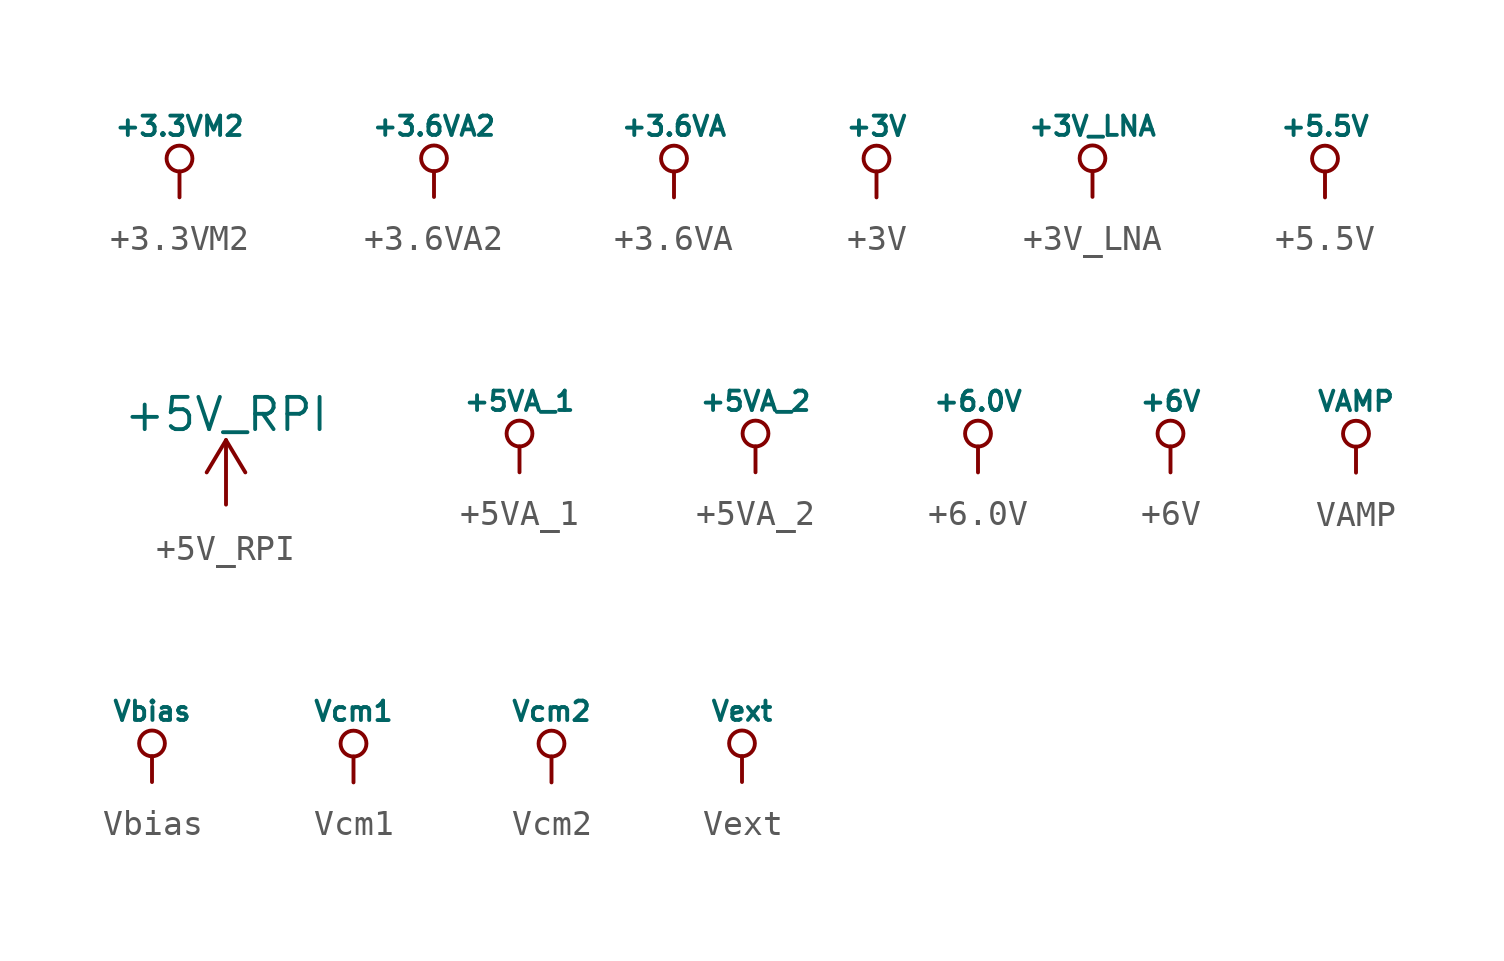
<source format=kicad_sym>
(kicad_symbol_lib
  (version 20241209)
  (generator "kicad_symbol_editor")
  (generator_version "9.0")
  (symbol "+3.3VM2"
    (power)
    (pin_names
      (offset 0))
    (property "Reference" "#PWR"
      (at 0 -1.016 0)
      (effects (font (size 0.762 0.762)) (hide yes)))
    (property "Value" "+3.3VM2"
      (at 0 2.794 0)
      (effects (font (size 0.762 0.762))))
    (property "Footprint" ""
      (at 0 0 0)
      (effects (font (size 1.524 1.524))))
    (property "Datasheet" ""
      (at 0 0 0)
      (effects (font (size 1.524 1.524))))
    (symbol "+3.3VM2_0_0"
      (pin power_in line (at 0 0 90) (length 0) (hide yes) (name "+3.3VM2" (effects (font (size 0.762 0.762)))) (number "1" (effects (font (size 0.762 0.762))))))
    (symbol "+3.3VM2_0_1"
      (circle (center 0 1.524) (radius 0.508) (stroke (width 0) (type default)) (fill (type none)))
      (polyline (pts (xy 0 0) (xy 0 1.016) (xy 0 1.016)) (stroke (width 0) (type default)) (fill (type none)))))
  (symbol "+3.6VA2"
    (power)
    (pin_names
      (offset 0))
    (property "Reference" "#PWR"
      (at 0 -1.016 0)
      (effects (font (size 0.762 0.762)) (hide yes)))
    (property "Value" "+3.6VA2"
      (at 0 2.794 0)
      (effects (font (size 0.762 0.762))))
    (property "Footprint" ""
      (at 0 0 0)
      (effects (font (size 1.524 1.524))))
    (property "Datasheet" ""
      (at 0 0 0)
      (effects (font (size 1.524 1.524))))
    (symbol "+3.6VA2_0_0"
      (pin power_in line (at 0 0 90) (length 0) (hide yes) (name "+3.6VA2" (effects (font (size 0.762 0.762)))) (number "1" (effects (font (size 0.762 0.762))))))
    (symbol "+3.6VA2_0_1"
      (circle (center 0 1.524) (radius 0.508) (stroke (width 0) (type default)) (fill (type none)))
      (polyline (pts (xy 0 0) (xy 0 1.016) (xy 0 1.016)) (stroke (width 0) (type default)) (fill (type none)))))
  (symbol "+3.6VA"
    (power)
    (pin_names
      (offset 0))
    (property "Reference" "#PWR"
      (at 0 -1.016 0)
      (effects (font (size 0.762 0.762)) (hide yes)))
    (property "Value" "+3.6VA"
      (at 0 2.794 0)
      (effects (font (size 0.762 0.762))))
    (property "Footprint" ""
      (at 0 0 0)
      (effects (font (size 1.524 1.524))))
    (property "Datasheet" ""
      (at 0 0 0)
      (effects (font (size 1.524 1.524))))
    (symbol "+3.6VA_0_0"
      (pin power_in line (at 0 0 90) (length 0) (hide yes) (name "+3.6VA" (effects (font (size 0.762 0.762)))) (number "1" (effects (font (size 0.762 0.762))))))
    (symbol "+3.6VA_0_1"
      (circle (center 0 1.524) (radius 0.508) (stroke (width 0) (type default)) (fill (type none)))
      (polyline (pts (xy 0 0) (xy 0 1.016) (xy 0 1.016)) (stroke (width 0) (type default)) (fill (type none)))))
  (symbol "+3V"
    (power)
    (pin_names
      (offset 0))
    (property "Reference" "#PWR"
      (at 0 -1.016 0)
      (effects (font (size 0.762 0.762)) (hide yes)))
    (property "Value" "+3V"
      (at 0 2.794 0)
      (effects (font (size 0.762 0.762))))
    (property "Footprint" ""
      (at 0 0 0)
      (effects (font (size 1.524 1.524))))
    (property "Datasheet" ""
      (at 0 0 0)
      (effects (font (size 1.524 1.524))))
    (symbol "+3V_0_0"
      (pin power_in line (at 0 0 90) (length 0) (hide yes) (name "+3V" (effects (font (size 0.762 0.762)))) (number "1" (effects (font (size 0.762 0.762))))))
    (symbol "+3V_0_1"
      (circle (center 0 1.524) (radius 0.508) (stroke (width 0) (type default)) (fill (type none)))
      (polyline (pts (xy 0 0) (xy 0 1.016) (xy 0 1.016)) (stroke (width 0) (type default)) (fill (type none)))))
  (symbol "+3V_LNA"
    (power)
    (pin_names
      (offset 0))
    (property "Reference" "#PWR"
      (at 0 -1.016 0)
      (effects (font (size 0.762 0.762)) (hide yes)))
    (property "Value" "+3V_LNA"
      (at 0 2.794 0)
      (effects (font (size 0.762 0.762))))
    (property "Footprint" ""
      (at 0 0 0)
      (effects (font (size 1.524 1.524))))
    (property "Datasheet" ""
      (at 0 0 0)
      (effects (font (size 1.524 1.524))))
    (symbol "+3V_LNA_0_0"
      (pin power_in line (at 0 0 90) (length 0) (hide yes) (name "+3V_LNA" (effects (font (size 0.762 0.762)))) (number "1" (effects (font (size 0.762 0.762))))))
    (symbol "+3V_LNA_0_1"
      (circle (center 0 1.524) (radius 0.508) (stroke (width 0) (type default)) (fill (type none)))
      (polyline (pts (xy 0 0) (xy 0 1.016) (xy 0 1.016)) (stroke (width 0) (type default)) (fill (type none)))))
  (symbol "+5.5V"
    (power)
    (pin_names
      (offset 0))
    (property "Reference" "#PWR"
      (at 0 -1.016 0)
      (effects (font (size 0.762 0.762)) (hide yes)))
    (property "Value" "+5.5V"
      (at 0 2.794 0)
      (effects (font (size 0.762 0.762))))
    (property "Footprint" ""
      (at 0 0 0)
      (effects (font (size 1.524 1.524))))
    (property "Datasheet" ""
      (at 0 0 0)
      (effects (font (size 1.524 1.524))))
    (symbol "+5.5V_0_0"
      (pin power_in line (at 0 0 90) (length 0) (hide yes) (name "+5.5V" (effects (font (size 0.762 0.762)))) (number "1" (effects (font (size 0.762 0.762))))))
    (symbol "+5.5V_0_1"
      (circle (center 0 1.524) (radius 0.508) (stroke (width 0) (type default)) (fill (type none)))
      (polyline (pts (xy 0 0) (xy 0 1.016) (xy 0 1.016)) (stroke (width 0) (type default)) (fill (type none)))))
  (symbol "+5V_RPI"
    (power)
    (pin_names
      (offset 0))
    (property "Reference" "#PWR"
      (at 0 -3.81 0)
      (effects (font (size 1.27 1.27)) (hide yes)))
    (property "Value" "+5V_RPI"
      (at 0 3.556 0)
      (effects (font (size 1.27 1.27))))
    (symbol "+5V_RPI_0_1"
      (polyline (pts (xy -0.762 1.27) (xy 0 2.54)) (stroke (width 0) (type default)) (fill (type none)))
      (polyline (pts (xy 0 2.54) (xy 0.762 1.27)) (stroke (width 0) (type default)) (fill (type none)))
      (polyline (pts (xy 0 0) (xy 0 2.54)) (stroke (width 0) (type default)) (fill (type none))))
    (symbol "+5V_RPI_1_1"
      (pin power_in line (at 0 0 90) (length 0) (hide yes) (name "+5V_RPI" (effects (font (size 1.27 1.27)))) (number "1" (effects (font (size 1.27 1.27)))))))
  (symbol "+5VA_1"
    (power)
    (pin_names
      (offset 0))
    (property "Reference" "#PWR"
      (at 0 -1.016 0)
      (effects (font (size 0.762 0.762)) (hide yes)))
    (property "Value" "+5VA_1"
      (at 0 2.794 0)
      (effects (font (size 0.762 0.762))))
    (property "Footprint" ""
      (at 0 0 0)
      (effects (font (size 1.524 1.524))))
    (property "Datasheet" ""
      (at 0 0 0)
      (effects (font (size 1.524 1.524))))
    (symbol "+5VA_1_0_1"
      (circle (center 0 1.524) (radius 0.508) (stroke (width 0) (type default)) (fill (type none)))
      (polyline (pts (xy 0 0) (xy 0 1.016) (xy 0 1.016)) (stroke (width 0) (type default)) (fill (type none))))
    (symbol "+5VA_1_1_0"
      (pin power_in line (at 0 0 90) (length 0) (hide yes) (name "+5VA_1" (effects (font (size 0.762 0.762)))) (number "1" (effects (font (size 0.762 0.762)))))))
  (symbol "+5VA_2"
    (power)
    (pin_names
      (offset 0))
    (property "Reference" "#PWR"
      (at 0 -1.016 0)
      (effects (font (size 0.762 0.762)) (hide yes)))
    (property "Value" "+5VA_2"
      (at 0 2.794 0)
      (effects (font (size 0.762 0.762))))
    (property "Footprint" ""
      (at 0 0 0)
      (effects (font (size 1.524 1.524))))
    (property "Datasheet" ""
      (at 0 0 0)
      (effects (font (size 1.524 1.524))))
    (symbol "+5VA_2_0_1"
      (circle (center 0 1.524) (radius 0.508) (stroke (width 0) (type default)) (fill (type none)))
      (polyline (pts (xy 0 0) (xy 0 1.016) (xy 0 1.016)) (stroke (width 0) (type default)) (fill (type none))))
    (symbol "+5VA_2_1_0"
      (pin power_in line (at 0 0 90) (length 0) (hide yes) (name "+5VA_2" (effects (font (size 0.762 0.762)))) (number "1" (effects (font (size 0.762 0.762)))))))
  (symbol "+6.0V"
    (power)
    (pin_names
      (offset 0))
    (property "Reference" "#PWR"
      (at 0 -1.016 0)
      (effects (font (size 0.762 0.762)) (hide yes)))
    (property "Value" "+6.0V"
      (at 0 2.794 0)
      (effects (font (size 0.762 0.762))))
    (property "Footprint" ""
      (at 0 0 0)
      (effects (font (size 1.524 1.524))))
    (property "Datasheet" ""
      (at 0 0 0)
      (effects (font (size 1.524 1.524))))
    (symbol "+6.0V_0_0"
      (pin power_in line (at 0 0 90) (length 0) (hide yes) (name "+6.0V" (effects (font (size 0.762 0.762)))) (number "1" (effects (font (size 0.762 0.762))))))
    (symbol "+6.0V_0_1"
      (circle (center 0 1.524) (radius 0.508) (stroke (width 0) (type default)) (fill (type none)))
      (polyline (pts (xy 0 0) (xy 0 1.016) (xy 0 1.016)) (stroke (width 0) (type default)) (fill (type none)))))
  (symbol "+6V"
    (power)
    (pin_names
      (offset 0))
    (property "Reference" "#PWR"
      (at 0 -1.016 0)
      (effects (font (size 0.762 0.762)) (hide yes)))
    (property "Value" "+6V"
      (at 0 2.794 0)
      (effects (font (size 0.762 0.762))))
    (property "Footprint" ""
      (at 0 0 0)
      (effects (font (size 1.524 1.524))))
    (property "Datasheet" ""
      (at 0 0 0)
      (effects (font (size 1.524 1.524))))
    (symbol "+6V_0_0"
      (pin power_in line (at 0 0 90) (length 0) (hide yes) (name "+6V" (effects (font (size 0.762 0.762)))) (number "1" (effects (font (size 0.762 0.762))))))
    (symbol "+6V_0_1"
      (circle (center 0 1.524) (radius 0.508) (stroke (width 0) (type default)) (fill (type none)))
      (polyline (pts (xy 0 0) (xy 0 1.016) (xy 0 1.016)) (stroke (width 0) (type default)) (fill (type none)))))
  (symbol "VAMP"
    (power)
    (pin_names
      (offset 0))
    (property "Reference" "#PWR"
      (at 0 -1.016 0)
      (effects (font (size 0.762 0.762)) (hide yes)))
    (property "Value" "VAMP"
      (at 0 2.794 0)
      (effects (font (size 0.762 0.762))))
    (property "Footprint" ""
      (at 0 0 0)
      (effects (font (size 1.524 1.524))))
    (property "Datasheet" ""
      (at 0 0 0)
      (effects (font (size 1.524 1.524))))
    (symbol "VAMP_0_0"
      (pin power_in line (at 0 0 90) (length 0) (hide yes) (name "VAMP" (effects (font (size 0.762 0.762)))) (number "1" (effects (font (size 0.762 0.762))))))
    (symbol "VAMP_0_1"
      (circle (center 0 1.524) (radius 0.508) (stroke (width 0) (type default)) (fill (type none)))
      (polyline (pts (xy 0 0) (xy 0 1.016) (xy 0 1.016)) (stroke (width 0) (type default)) (fill (type none)))))
  (symbol "Vbias"
    (power)
    (pin_names
      (offset 0))
    (property "Reference" "#PWR"
      (at 0 -1.016 0)
      (effects (font (size 0.762 0.762)) (hide yes)))
    (property "Value" "Vbias"
      (at 0 2.794 0)
      (effects (font (size 0.762 0.762))))
    (property "Footprint" ""
      (at 0 0 0)
      (effects (font (size 1.524 1.524))))
    (property "Datasheet" ""
      (at 0 0 0)
      (effects (font (size 1.524 1.524))))
    (symbol "Vbias_0_0"
      (pin power_in line (at 0 0 90) (length 0) (hide yes) (name "Vbias" (effects (font (size 0.762 0.762)))) (number "1" (effects (font (size 0.762 0.762))))))
    (symbol "Vbias_0_1"
      (circle (center 0 1.524) (radius 0.508) (stroke (width 0) (type default)) (fill (type none)))
      (polyline (pts (xy 0 0) (xy 0 1.016) (xy 0 1.016)) (stroke (width 0) (type default)) (fill (type none)))))
  (symbol "Vcm1"
    (power)
    (pin_names
      (offset 0))
    (property "Reference" "#PWR"
      (at 0 -1.016 0)
      (effects (font (size 0.762 0.762)) (hide yes)))
    (property "Value" "Vcm1"
      (at 0 2.794 0)
      (effects (font (size 0.762 0.762))))
    (property "Footprint" ""
      (at 0 0 0)
      (effects (font (size 1.524 1.524))))
    (property "Datasheet" ""
      (at 0 0 0)
      (effects (font (size 1.524 1.524))))
    (symbol "Vcm1_0_0"
      (pin power_in line (at 0 0 90) (length 0) (hide yes) (name "Vcm1" (effects (font (size 0.762 0.762)))) (number "1" (effects (font (size 0.762 0.762))))))
    (symbol "Vcm1_0_1"
      (circle (center 0 1.524) (radius 0.508) (stroke (width 0) (type default)) (fill (type none)))
      (polyline (pts (xy 0 0) (xy 0 1.016) (xy 0 1.016)) (stroke (width 0) (type default)) (fill (type none)))))
  (symbol "Vcm2"
    (power)
    (pin_names
      (offset 0))
    (property "Reference" "#PWR"
      (at 0 -1.016 0)
      (effects (font (size 0.762 0.762)) (hide yes)))
    (property "Value" "Vcm2"
      (at 0 2.794 0)
      (effects (font (size 0.762 0.762))))
    (property "Footprint" ""
      (at 0 0 0)
      (effects (font (size 1.524 1.524))))
    (property "Datasheet" ""
      (at 0 0 0)
      (effects (font (size 1.524 1.524))))
    (symbol "Vcm2_0_0"
      (pin power_in line (at 0 0 90) (length 0) (hide yes) (name "Vcm2" (effects (font (size 0.762 0.762)))) (number "1" (effects (font (size 0.762 0.762))))))
    (symbol "Vcm2_0_1"
      (circle (center 0 1.524) (radius 0.508) (stroke (width 0) (type default)) (fill (type none)))
      (polyline (pts (xy 0 0) (xy 0 1.016) (xy 0 1.016)) (stroke (width 0) (type default)) (fill (type none)))))
  (symbol "Vext"
    (power)
    (pin_names
      (offset 0))
    (property "Reference" "#PWR"
      (at 0 -1.016 0)
      (effects (font (size 0.762 0.762)) (hide yes)))
    (property "Value" "Vext"
      (at 0 2.794 0)
      (effects (font (size 0.762 0.762))))
    (property "Footprint" ""
      (at 0 0 0)
      (effects (font (size 1.524 1.524))))
    (property "Datasheet" ""
      (at 0 0 0)
      (effects (font (size 1.524 1.524))))
    (symbol "Vext_0_0"
      (pin power_in line (at 0 0 90) (length 0) (hide yes) (name "Vext" (effects (font (size 0.762 0.762)))) (number "1" (effects (font (size 0.762 0.762))))))
    (symbol "Vext_0_1"
      (circle (center 0 1.524) (radius 0.508) (stroke (width 0) (type default)) (fill (type none)))
      (polyline (pts (xy 0 0) (xy 0 1.016) (xy 0 1.016)) (stroke (width 0) (type default)) (fill (type none))))))
</source>
